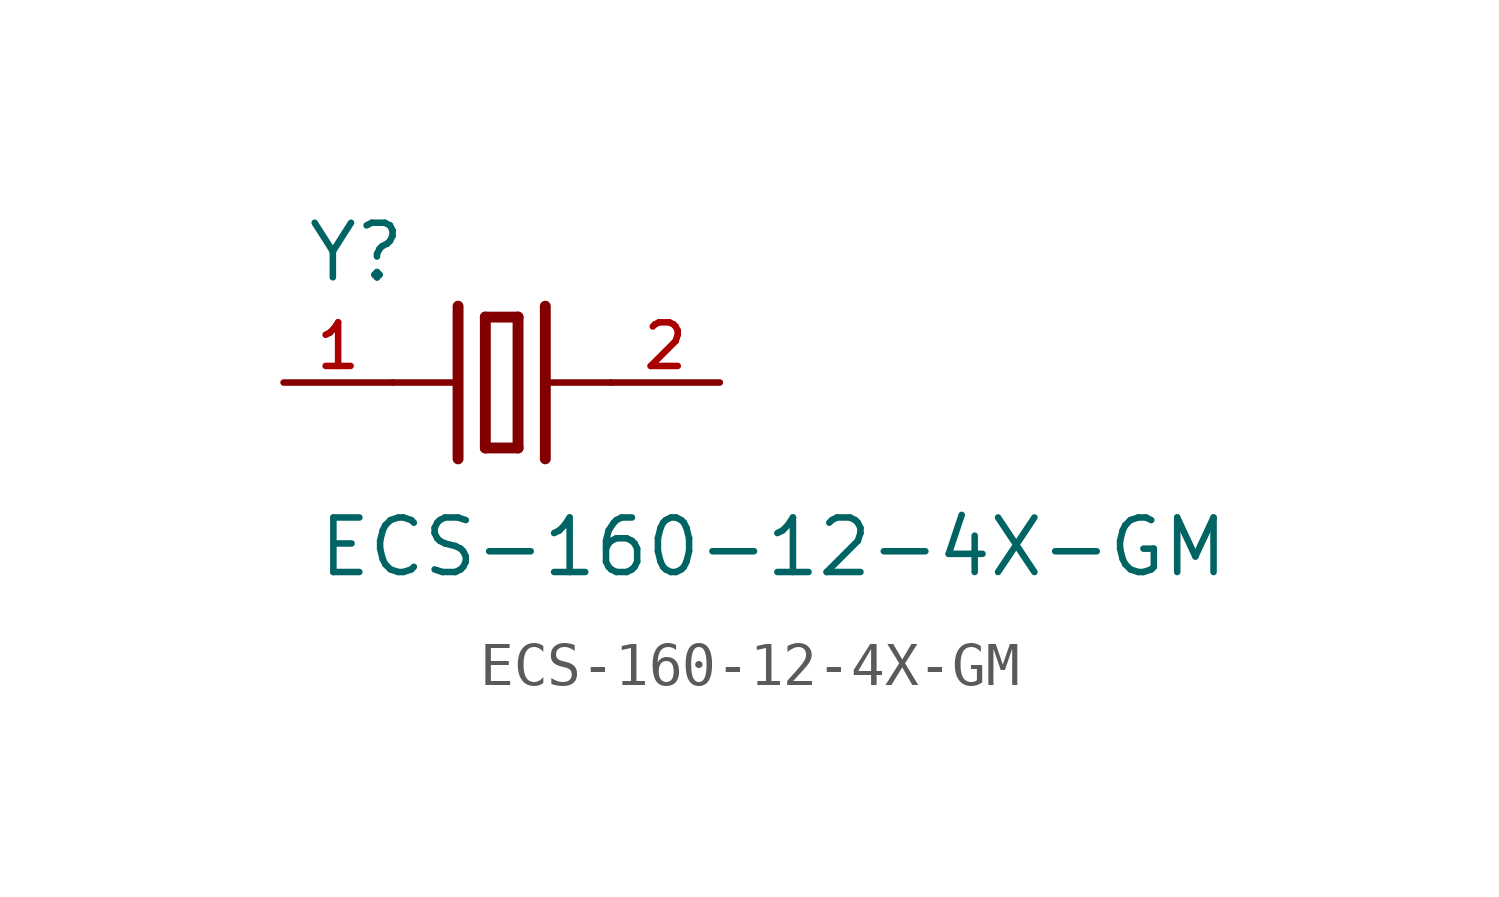
<source format=kicad_sym>
(kicad_symbol_lib
  (version 20211014)
  (generator kicad_symbol_editor)
  (symbol "ECS-160-12-4X-GM"
    (pin_names
      (offset 1.016))
    (property "Reference" "Y"
      (at -4.577 2.288 0)
      (effects (font (size 1.27 1.27)) (justify bottom left)))
    (property "Value" "ECS-160-12-4X-GM"
      (at -4.323 -4.577 0)
      (effects (font (size 1.27 1.27)) (justify bottom left)))
    (symbol "ECS-160-12-4X-GM_0_0"
      (polyline (pts (xy 1.016 0.0) (xy 2.54 0.0)) (stroke (width 0.152)))
      (polyline (pts (xy -2.54 0.0) (xy -1.016 0.0)) (stroke (width 0.152)))
      (polyline (pts (xy -0.381 1.524) (xy -0.381 -1.524)) (stroke (width 0.254)))
      (polyline (pts (xy -0.381 -1.524) (xy 0.381 -1.524)) (stroke (width 0.254)))
      (polyline (pts (xy 0.381 -1.524) (xy 0.381 1.524)) (stroke (width 0.254)))
      (polyline (pts (xy 0.381 1.524) (xy -0.381 1.524)) (stroke (width 0.254)))
      (polyline (pts (xy 1.016 1.778) (xy 1.016 -1.778)) (stroke (width 0.254)))
      (polyline (pts (xy -1.016 1.778) (xy -1.016 -1.778)) (stroke (width 0.254)))
      (pin passive line (at 5.08 0.0 180.0) (length 2.54) (name "~" (effects (font (size 1.016 1.016)))) (number "2" (effects (font (size 1.016 1.016)))))
      (pin passive line (at -5.08 0.0 0) (length 2.54) (name "~" (effects (font (size 1.016 1.016)))) (number "1" (effects (font (size 1.016 1.016))))))))
</source>
